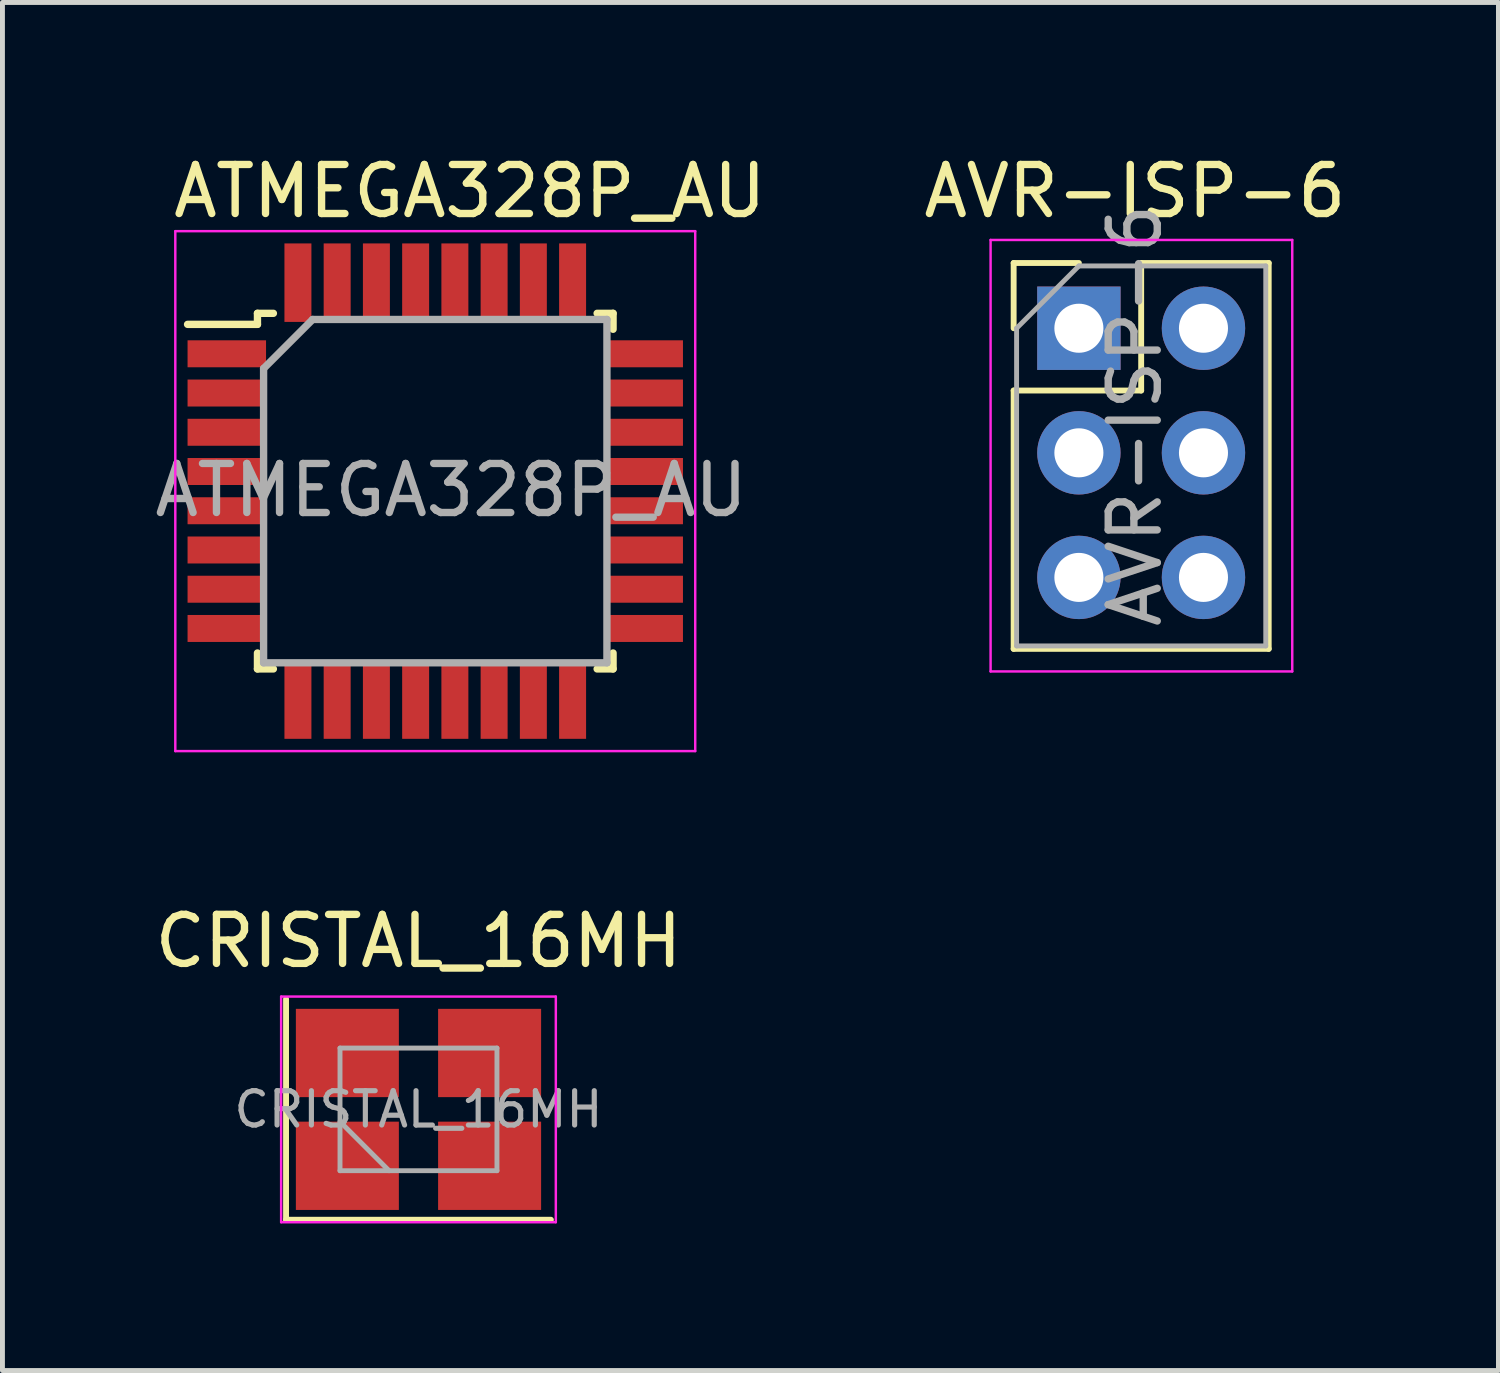
<source format=kicad_pcb>
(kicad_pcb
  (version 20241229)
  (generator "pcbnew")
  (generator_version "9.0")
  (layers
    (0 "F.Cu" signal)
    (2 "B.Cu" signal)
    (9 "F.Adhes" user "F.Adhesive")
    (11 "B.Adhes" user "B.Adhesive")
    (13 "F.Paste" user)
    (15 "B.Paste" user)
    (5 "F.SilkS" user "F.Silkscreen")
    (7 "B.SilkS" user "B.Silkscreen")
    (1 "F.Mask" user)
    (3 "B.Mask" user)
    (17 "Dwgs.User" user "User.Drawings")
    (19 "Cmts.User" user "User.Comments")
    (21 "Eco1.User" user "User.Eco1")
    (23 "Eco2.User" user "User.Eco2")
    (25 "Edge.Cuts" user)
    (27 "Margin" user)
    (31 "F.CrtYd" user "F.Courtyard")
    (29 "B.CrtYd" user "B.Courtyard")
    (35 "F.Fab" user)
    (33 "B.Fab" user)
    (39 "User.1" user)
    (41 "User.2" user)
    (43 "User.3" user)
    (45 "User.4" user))
  (footprint "ATMEGA328P_AU"
    (layer "F.Cu")
    (at 5.768 6.944)
    (property "Reference" "ATMEGA328P_AU" (at 0.762 -6.096 0) (unlocked yes) (layer "F.SilkS") (effects (font (size 1 1) (thickness 0.15))))
    (attr smd)
    (fp_line (start -3.569 -3.606) (end -3.569 -3.381) (stroke (width 0.15) (type solid)) (layer "F.SilkS"))
    (fp_line (start -3.569 -3.606) (end -3.244 -3.606) (stroke (width 0.15) (type solid)) (layer "F.SilkS"))
    (fp_line (start -3.569 -3.381) (end -4.994 -3.381) (stroke (width 0.15) (type solid)) (layer "F.SilkS"))
    (fp_line (start -3.569 3.644) (end -3.569 3.319) (stroke (width 0.15) (type solid)) (layer "F.SilkS"))
    (fp_line (start -3.569 3.644) (end -3.244 3.644) (stroke (width 0.15) (type solid)) (layer "F.SilkS"))
    (fp_line (start 3.681 -3.606) (end 3.356 -3.606) (stroke (width 0.15) (type solid)) (layer "F.SilkS"))
    (fp_line (start 3.681 -3.606) (end 3.681 -3.281) (stroke (width 0.15) (type solid)) (layer "F.SilkS"))
    (fp_line (start 3.681 3.644) (end 3.356 3.644) (stroke (width 0.15) (type solid)) (layer "F.SilkS"))
    (fp_line (start 3.681 3.644) (end 3.681 3.319) (stroke (width 0.15) (type solid)) (layer "F.SilkS"))
    (fp_line (start -5.244 -5.281) (end -5.244 5.319) (stroke (width 0.05) (type solid)) (layer "F.CrtYd"))
    (fp_line (start -5.244 -5.281) (end 5.356 -5.281) (stroke (width 0.05) (type solid)) (layer "F.CrtYd"))
    (fp_line (start -5.244 5.319) (end 5.356 5.319) (stroke (width 0.05) (type solid)) (layer "F.CrtYd"))
    (fp_line (start 5.356 -5.281) (end 5.356 5.319) (stroke (width 0.05) (type solid)) (layer "F.CrtYd"))
    (fp_line (start -3.444 -2.481) (end -2.444 -3.481) (stroke (width 0.15) (type solid)) (layer "F.Fab"))
    (fp_line (start -3.444 3.519) (end -3.444 -2.481) (stroke (width 0.15) (type solid)) (layer "F.Fab"))
    (fp_line (start -2.444 -3.481) (end 3.556 -3.481) (stroke (width 0.15) (type solid)) (layer "F.Fab"))
    (fp_line (start 3.556 -3.481) (end 3.556 3.519) (stroke (width 0.15) (type solid)) (layer "F.Fab"))
    (fp_line (start 3.556 3.519) (end -3.444 3.519) (stroke (width 0.15) (type solid)) (layer "F.Fab"))
    (fp_text user "${REFERENCE}" (at 0.381 0 0) (layer "F.Fab") (effects (font (size 1 1) (thickness 0.15))))
    (pad "1" smd rect (at -4.194 -2.781) (size 1.6 0.55) (layers "F.Cu" "F.Mask" "F.Paste"))
    (pad "2" smd rect (at -4.194 -1.981) (size 1.6 0.55) (layers "F.Cu" "F.Mask" "F.Paste"))
    (pad "3" smd rect (at -4.194 -1.181) (size 1.6 0.55) (layers "F.Cu" "F.Mask" "F.Paste"))
    (pad "4" smd rect (at -4.194 -0.381) (size 1.6 0.55) (layers "F.Cu" "F.Mask" "F.Paste"))
    (pad "5" smd rect (at -4.194 0.419) (size 1.6 0.55) (layers "F.Cu" "F.Mask" "F.Paste"))
    (pad "6" smd rect (at -4.194 1.219) (size 1.6 0.55) (layers "F.Cu" "F.Mask" "F.Paste"))
    (pad "7" smd rect (at -4.194 2.019) (size 1.6 0.55) (layers "F.Cu" "F.Mask" "F.Paste"))
    (pad "8" smd rect (at -4.194 2.819) (size 1.6 0.55) (layers "F.Cu" "F.Mask" "F.Paste"))
    (pad "9" smd rect (at -2.744 4.269 90) (size 1.6 0.55) (layers "F.Cu" "F.Mask" "F.Paste"))
    (pad "10" smd rect (at -1.944 4.269 90) (size 1.6 0.55) (layers "F.Cu" "F.Mask" "F.Paste"))
    (pad "11" smd rect (at -1.144 4.269 90) (size 1.6 0.55) (layers "F.Cu" "F.Mask" "F.Paste"))
    (pad "12" smd rect (at -0.344 4.269 90) (size 1.6 0.55) (layers "F.Cu" "F.Mask" "F.Paste"))
    (pad "13" smd rect (at 0.456 4.269 90) (size 1.6 0.55) (layers "F.Cu" "F.Mask" "F.Paste"))
    (pad "14" smd rect (at 1.256 4.269 90) (size 1.6 0.55) (layers "F.Cu" "F.Mask" "F.Paste"))
    (pad "15" smd rect (at 2.056 4.269 90) (size 1.6 0.55) (layers "F.Cu" "F.Mask" "F.Paste"))
    (pad "16" smd rect (at 2.856 4.269 90) (size 1.6 0.55) (layers "F.Cu" "F.Mask" "F.Paste"))
    (pad "17" smd rect (at 4.306 2.819) (size 1.6 0.55) (layers "F.Cu" "F.Mask" "F.Paste"))
    (pad "18" smd rect (at 4.306 2.019) (size 1.6 0.55) (layers "F.Cu" "F.Mask" "F.Paste"))
    (pad "19" smd rect (at 4.306 1.219) (size 1.6 0.55) (layers "F.Cu" "F.Mask" "F.Paste"))
    (pad "20" smd rect (at 4.306 0.419) (size 1.6 0.55) (layers "F.Cu" "F.Mask" "F.Paste"))
    (pad "21" smd rect (at 4.306 -0.381) (size 1.6 0.55) (layers "F.Cu" "F.Mask" "F.Paste"))
    (pad "22" smd rect (at 4.306 -1.181) (size 1.6 0.55) (layers "F.Cu" "F.Mask" "F.Paste"))
    (pad "23" smd rect (at 4.306 -1.981) (size 1.6 0.55) (layers "F.Cu" "F.Mask" "F.Paste"))
    (pad "24" smd rect (at 4.306 -2.781) (size 1.6 0.55) (layers "F.Cu" "F.Mask" "F.Paste"))
    (pad "25" smd rect (at 2.856 -4.231 90) (size 1.6 0.55) (layers "F.Cu" "F.Mask" "F.Paste"))
    (pad "26" smd rect (at 2.056 -4.231 90) (size 1.6 0.55) (layers "F.Cu" "F.Mask" "F.Paste"))
    (pad "27" smd rect (at 1.256 -4.231 90) (size 1.6 0.55) (layers "F.Cu" "F.Mask" "F.Paste"))
    (pad "28" smd rect (at 0.456 -4.231 90) (size 1.6 0.55) (layers "F.Cu" "F.Mask" "F.Paste"))
    (pad "29" smd rect (at -0.344 -4.231 90) (size 1.6 0.55) (layers "F.Cu" "F.Mask" "F.Paste"))
    (pad "30" smd rect (at -1.144 -4.231 90) (size 1.6 0.55) (layers "F.Cu" "F.Mask" "F.Paste"))
    (pad "31" smd rect (at -1.944 -4.231 90) (size 1.6 0.55) (layers "F.Cu" "F.Mask" "F.Paste"))
    (pad "32" smd rect (at -2.744 -4.231 90) (size 1.6 0.55) (layers "F.Cu" "F.Mask" "F.Paste")))
  (footprint "CRISTAL_16MH"
    (layer "F.Cu")
    (at 5.482 19.566)
    (property "Reference" "CRISTAL_16MH" (at 0 -3.429 0) (unlocked yes) (layer "F.SilkS") (effects (font (size 1 1) (thickness 0.15))))
    (attr smd)
    (fp_line (start -2.7 -2.248) (end -2.7 2.252) (stroke (width 0.12) (type solid)) (layer "F.SilkS"))
    (fp_line (start -2.7 2.252) (end 2.7 2.252) (stroke (width 0.12) (type solid)) (layer "F.SilkS"))
    (fp_line (start -2.8 -2.298) (end -2.8 2.302) (stroke (width 0.05) (type solid)) (layer "F.CrtYd"))
    (fp_line (start -2.8 2.302) (end 2.8 2.302) (stroke (width 0.05) (type solid)) (layer "F.CrtYd"))
    (fp_line (start 2.8 -2.298) (end -2.8 -2.298) (stroke (width 0.05) (type solid)) (layer "F.CrtYd"))
    (fp_line (start 2.8 2.302) (end 2.8 -2.298) (stroke (width 0.05) (type solid)) (layer "F.CrtYd"))
    (fp_line (start -1.6 -1.248) (end -1.6 1.252) (stroke (width 0.1) (type solid)) (layer "F.Fab"))
    (fp_line (start -1.6 0.252) (end -0.6 1.252) (stroke (width 0.1) (type solid)) (layer "F.Fab"))
    (fp_line (start -1.6 1.252) (end 1.6 1.252) (stroke (width 0.1) (type solid)) (layer "F.Fab"))
    (fp_line (start 1.6 -1.248) (end -1.6 -1.248) (stroke (width 0.1) (type solid)) (layer "F.Fab"))
    (fp_line (start 1.6 1.252) (end 1.6 -1.248) (stroke (width 0.1) (type solid)) (layer "F.Fab"))
    (fp_text user "${REFERENCE}" (at 0 0.002 0) (layer "F.Fab") (effects (font (size 0.7 0.7) (thickness 0.105))))
    (pad "1" smd rect (at -1.45 1.152) (size 2.1 1.8) (layers "F.Cu" "F.Mask" "F.Paste"))
    (pad "2" smd rect (at 1.45 1.152) (size 2.1 1.8) (layers "F.Cu" "F.Mask" "F.Paste"))
    (pad "3" smd rect (at 1.45 -1.148) (size 2.1 1.8) (layers "F.Cu" "F.Mask" "F.Paste"))
    (pad "4" smd rect (at -1.45 -1.148) (size 2.1 1.8) (layers "F.Cu" "F.Mask" "F.Paste")))
  (footprint "AVR-ISP-6"
    (layer "F.Cu")
    (at 20.089 10.754)
    (property "Reference" "AVR-ISP-6" (at 0 -9.906 0) (unlocked yes) (layer "F.SilkS") (effects (font (size 1 1) (thickness 0.15))))
    (attr smd)
    (fp_line (start -2.473 -8.442) (end -1.143 -8.442) (stroke (width 0.12) (type solid)) (layer "F.SilkS"))
    (fp_line (start -2.473 -7.112) (end -2.473 -8.442) (stroke (width 0.12) (type solid)) (layer "F.SilkS"))
    (fp_line (start -2.473 -5.842) (end -2.473 -0.575) (stroke (width 0.12) (type solid)) (layer "F.SilkS"))
    (fp_line (start -2.473 -5.842) (end 0.127 -5.842) (stroke (width 0.12) (type solid)) (layer "F.SilkS"))
    (fp_line (start -2.473 -0.575) (end 2.727 -0.575) (stroke (width 0.12) (type solid)) (layer "F.SilkS"))
    (fp_line (start 0.127 -8.442) (end 2.727 -8.442) (stroke (width 0.12) (type solid)) (layer "F.SilkS"))
    (fp_line (start 0.127 -5.842) (end 0.127 -8.442) (stroke (width 0.12) (type solid)) (layer "F.SilkS"))
    (fp_line (start 2.727 -8.442) (end 2.727 -0.575) (stroke (width 0.12) (type solid)) (layer "F.SilkS"))
    (fp_line (start -2.943 -8.912) (end -2.943 -0.115) (stroke (width 0.05) (type solid)) (layer "F.CrtYd"))
    (fp_line (start -2.943 -0.115) (end 3.207 -0.115) (stroke (width 0.05) (type solid)) (layer "F.CrtYd"))
    (fp_line (start 3.207 -8.912) (end -2.943 -8.912) (stroke (width 0.05) (type solid)) (layer "F.CrtYd"))
    (fp_line (start 3.207 -0.115) (end 3.207 -8.912) (stroke (width 0.05) (type solid)) (layer "F.CrtYd"))
    (fp_line (start -2.413 -7.112) (end -1.143 -8.382) (stroke (width 0.1) (type solid)) (layer "F.Fab"))
    (fp_line (start -2.413 -0.635) (end -2.413 -7.112) (stroke (width 0.1) (type solid)) (layer "F.Fab"))
    (fp_line (start -1.143 -8.382) (end 2.667 -8.382) (stroke (width 0.1) (type solid)) (layer "F.Fab"))
    (fp_line (start 2.667 -8.382) (end 2.667 -0.635) (stroke (width 0.1) (type solid)) (layer "F.Fab"))
    (fp_line (start 2.667 -0.635) (end -2.413 -0.635) (stroke (width 0.1) (type solid)) (layer "F.Fab"))
    (fp_text user "${REFERENCE}" (at 0 -5.334 90) (layer "F.Fab") (effects (font (size 1 1) (thickness 0.15))))
    (pad "1" thru_hole rect (at -1.143 -7.112) (size 1.7 1.7) (drill 1) (layers "*.Cu" "*.Mask"))
    (pad "2" thru_hole oval (at 1.397 -7.112) (size 1.7 1.7) (drill 1) (layers "*.Cu" "*.Mask"))
    (pad "3" thru_hole oval (at -1.143 -4.572) (size 1.7 1.7) (drill 1) (layers "*.Cu" "*.Mask"))
    (pad "4" thru_hole oval (at 1.397 -4.572) (size 1.7 1.7) (drill 1) (layers "*.Cu" "*.Mask"))
    (pad "5" thru_hole oval (at -1.143 -2.032) (size 1.7 1.7) (drill 1) (layers "*.Cu" "*.Mask"))
    (pad "6" thru_hole oval (at 1.397 -2.032) (size 1.7 1.7) (drill 1) (layers "*.Cu" "*.Mask")))
  (gr_rect
    (start -3 -3)
    (end 27.5 24.892)
    (stroke (width 0.1) (type default))
    (fill no)
    (layer "Edge.Cuts")))
</source>
